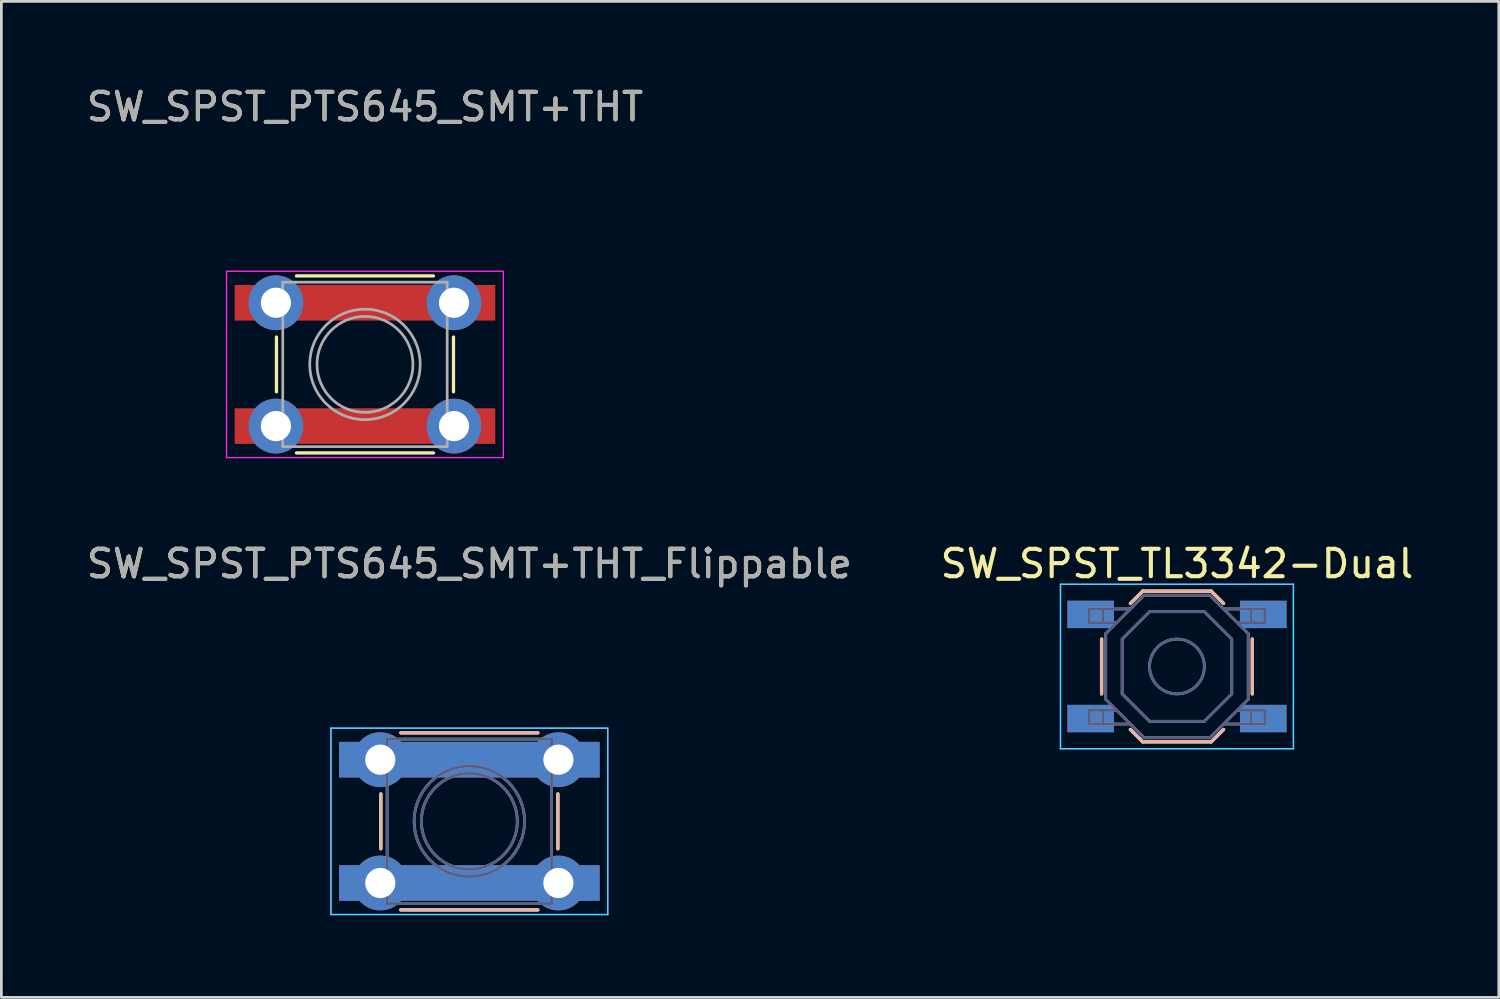
<source format=kicad_pcb>
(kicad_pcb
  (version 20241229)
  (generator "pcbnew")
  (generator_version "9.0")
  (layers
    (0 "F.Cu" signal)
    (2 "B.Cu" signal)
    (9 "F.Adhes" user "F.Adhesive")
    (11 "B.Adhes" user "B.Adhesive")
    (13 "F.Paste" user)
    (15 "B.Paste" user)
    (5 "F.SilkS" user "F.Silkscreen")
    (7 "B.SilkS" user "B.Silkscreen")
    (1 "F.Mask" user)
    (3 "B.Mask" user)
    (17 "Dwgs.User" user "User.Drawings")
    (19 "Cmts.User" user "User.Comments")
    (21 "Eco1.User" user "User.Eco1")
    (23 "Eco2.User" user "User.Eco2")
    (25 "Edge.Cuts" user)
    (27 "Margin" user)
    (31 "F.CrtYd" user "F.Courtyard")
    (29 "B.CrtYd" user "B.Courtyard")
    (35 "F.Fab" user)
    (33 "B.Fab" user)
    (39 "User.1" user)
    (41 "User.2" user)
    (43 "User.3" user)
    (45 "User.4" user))
  (footprint "SW_SPST_PTS645_SMT+THT"
    (layer "F.Cu")
    (at 10.268 10.248)
    (property "Reference" "SW_SPST_PTS645_SMT+THT" (at 0 -9.4 0) (layer "F.SilkS") (effects (font (size 1 1) (thickness 0.15))))
    (attr smd)
    (fp_line (start -3.23 1) (end -3.23 -1) (stroke (width 0.12) (type solid)) (layer "F.SilkS"))
    (fp_line (start 2.5 -3.23) (end -2.5 -3.23) (stroke (width 0.12) (type solid)) (layer "F.SilkS"))
    (fp_line (start 2.5 3.23) (end -2.5 3.23) (stroke (width 0.12) (type solid)) (layer "F.SilkS"))
    (fp_line (start 3.23 1) (end 3.23 -1) (stroke (width 0.12) (type solid)) (layer "F.SilkS"))
    (fp_line (start -5.05 -3.4) (end -5.05 3.4) (stroke (width 0.05) (type solid)) (layer "F.CrtYd"))
    (fp_line (start 5.05 -3.4) (end -5.05 -3.4) (stroke (width 0.05) (type solid)) (layer "F.CrtYd"))
    (fp_line (start 5.05 3.4) (end -5.05 3.4) (stroke (width 0.05) (type solid)) (layer "F.CrtYd"))
    (fp_line (start 5.05 3.4) (end 5.05 -3.4) (stroke (width 0.05) (type solid)) (layer "F.CrtYd"))
    (fp_line (start -3 -3) (end -3 3) (stroke (width 0.1) (type solid)) (layer "F.Fab"))
    (fp_line (start -3 3) (end 3 3) (stroke (width 0.1) (type solid)) (layer "F.Fab"))
    (fp_line (start 3 -3) (end -3 -3) (stroke (width 0.1) (type solid)) (layer "F.Fab"))
    (fp_line (start 3 3) (end 3 -3) (stroke (width 0.1) (type solid)) (layer "F.Fab"))
    (fp_circle (center 0 0) (end -1.75 0.05) (stroke (width 0.1) (type solid)) (fill no) (layer "F.Fab"))
    (fp_circle (center 0 0) (end 2 -0.25) (stroke (width 0.1) (type solid)) (fill no) (layer "F.Fab"))
    (fp_text user "${REFERENCE}" (at 0 -9.4 0) (layer "F.Fab") (effects (font (size 1 1) (thickness 0.15))))
    (pad "1" thru_hole circle (at -3.25 2.25 270) (size 2 2) (drill 1.1) (layers "*.Cu" "*.Mask"))
    (pad "1" smd rect (at 0 2.25 180) (size 9.51 1.3) (layers "F.Cu" "F.Mask" "F.Paste"))
    (pad "1" thru_hole circle (at 3.25 2.25 270) (size 2 2) (drill 1.1) (layers "*.Cu" "*.Mask"))
    (pad "2" thru_hole circle (at -3.25 -2.25 270) (size 2 2) (drill 1.1) (layers "*.Cu" "*.Mask"))
    (pad "2" smd rect (at 0.000001 -2.25 180) (size 9.51 1.3) (layers "F.Cu" "F.Mask" "F.Paste"))
    (pad "2" thru_hole circle (at 3.25 -2.25 270) (size 2 2) (drill 1.1) (layers "*.Cu" "*.Mask")))
  (footprint "SW_SPST_TL3342-Dual"
    (layer "F.Cu")
    (at 39.899 21.271)
    (property "Reference" "SW_SPST_TL3342-Dual" (at 0 -3.75 0) (layer "F.SilkS") (effects (font (size 1 1) (thickness 0.15))))
    (attr smd)
    (fp_line (start -2.75 -1) (end -2.75 1) (stroke (width 0.12) (type solid)) (layer "F.SilkS"))
    (fp_line (start -1.7 -2.3) (end -1.25 -2.75) (stroke (width 0.12) (type solid)) (layer "F.SilkS"))
    (fp_line (start -1.7 2.3) (end -1.25 2.75) (stroke (width 0.12) (type solid)) (layer "F.SilkS"))
    (fp_line (start -1.25 -2.75) (end 1.25 -2.75) (stroke (width 0.12) (type solid)) (layer "F.SilkS"))
    (fp_line (start -1.25 2.75) (end 1.25 2.75) (stroke (width 0.12) (type solid)) (layer "F.SilkS"))
    (fp_line (start 1.7 -2.3) (end 1.25 -2.75) (stroke (width 0.12) (type solid)) (layer "F.SilkS"))
    (fp_line (start 1.7 2.3) (end 1.25 2.75) (stroke (width 0.12) (type solid)) (layer "F.SilkS"))
    (fp_line (start 2.75 -1) (end 2.75 1) (stroke (width 0.12) (type solid)) (layer "F.SilkS"))
    (fp_line (start -2.75 -1) (end -2.75 1) (stroke (width 0.12) (type solid)) (layer "B.SilkS"))
    (fp_line (start -1.7 -2.3) (end -1.25 -2.75) (stroke (width 0.12) (type solid)) (layer "B.SilkS"))
    (fp_line (start -1.7 2.3) (end -1.25 2.75) (stroke (width 0.12) (type solid)) (layer "B.SilkS"))
    (fp_line (start 1.25 -2.75) (end -1.25 -2.75) (stroke (width 0.12) (type solid)) (layer "B.SilkS"))
    (fp_line (start 1.25 2.75) (end -1.25 2.75) (stroke (width 0.12) (type solid)) (layer "B.SilkS"))
    (fp_line (start 1.7 -2.3) (end 1.25 -2.75) (stroke (width 0.12) (type solid)) (layer "B.SilkS"))
    (fp_line (start 1.7 2.3) (end 1.25 2.75) (stroke (width 0.12) (type solid)) (layer "B.SilkS"))
    (fp_line (start 2.75 -1) (end 2.75 1) (stroke (width 0.12) (type solid)) (layer "B.SilkS"))
    (fp_line (start -4.25 -3) (end -4.25 3) (stroke (width 0.05) (type solid)) (layer "B.CrtYd"))
    (fp_line (start -4.25 3) (end 4.25 3) (stroke (width 0.05) (type solid)) (layer "B.CrtYd"))
    (fp_line (start 4.25 -3) (end -4.25 -3) (stroke (width 0.05) (type solid)) (layer "B.CrtYd"))
    (fp_line (start 4.25 3) (end 4.25 -3) (stroke (width 0.05) (type solid)) (layer "B.CrtYd"))
    (fp_line (start -4.25 -3) (end 4.25 -3) (stroke (width 0.05) (type solid)) (layer "F.CrtYd"))
    (fp_line (start -4.25 3) (end -4.25 -3) (stroke (width 0.05) (type solid)) (layer "F.CrtYd"))
    (fp_line (start 4.25 -3) (end 4.25 3) (stroke (width 0.05) (type solid)) (layer "F.CrtYd"))
    (fp_line (start 4.25 3) (end -4.25 3) (stroke (width 0.05) (type solid)) (layer "F.CrtYd"))
    (fp_line (start -3.2 -2.1) (end -3.2 -1.6) (stroke (width 0.1) (type solid)) (layer "B.Fab"))
    (fp_line (start -3.2 -1.6) (end -2.2 -1.6) (stroke (width 0.1) (type solid)) (layer "B.Fab"))
    (fp_line (start -3.2 1.6) (end -2.2 1.6) (stroke (width 0.1) (type solid)) (layer "B.Fab"))
    (fp_line (start -3.2 2.1) (end -3.2 1.6) (stroke (width 0.1) (type solid)) (layer "B.Fab"))
    (fp_line (start -2.7 -2.1) (end -2.7 -1.6) (stroke (width 0.1) (type solid)) (layer "B.Fab"))
    (fp_line (start -2.7 2.1) (end -2.7 1.6) (stroke (width 0.1) (type solid)) (layer "B.Fab"))
    (fp_line (start -2.6 -1.2) (end -1.2 -2.6) (stroke (width 0.1) (type solid)) (layer "B.Fab"))
    (fp_line (start -2.6 1.2) (end -2.6 -1.2) (stroke (width 0.1) (type solid)) (layer "B.Fab"))
    (fp_line (start -2 -1) (end -2 1) (stroke (width 0.1) (type solid)) (layer "B.Fab"))
    (fp_line (start -2 1) (end -1 2) (stroke (width 0.1) (type solid)) (layer "B.Fab"))
    (fp_line (start -1.7 -2.1) (end -3.2 -2.1) (stroke (width 0.1) (type solid)) (layer "B.Fab"))
    (fp_line (start -1.7 2.1) (end -3.2 2.1) (stroke (width 0.1) (type solid)) (layer "B.Fab"))
    (fp_line (start -1.2 -2.6) (end 1.2 -2.6) (stroke (width 0.1) (type solid)) (layer "B.Fab"))
    (fp_line (start -1.2 2.6) (end -2.6 1.2) (stroke (width 0.1) (type solid)) (layer "B.Fab"))
    (fp_line (start -1 -2) (end -2 -1) (stroke (width 0.1) (type solid)) (layer "B.Fab"))
    (fp_line (start -1 2) (end 1 2) (stroke (width 0.1) (type solid)) (layer "B.Fab"))
    (fp_line (start 1 -2) (end -1 -2) (stroke (width 0.1) (type solid)) (layer "B.Fab"))
    (fp_line (start 1 2) (end 2 1) (stroke (width 0.1) (type solid)) (layer "B.Fab"))
    (fp_line (start 1.2 -2.6) (end 2.6 -1.2) (stroke (width 0.1) (type solid)) (layer "B.Fab"))
    (fp_line (start 1.2 2.6) (end -1.2 2.6) (stroke (width 0.1) (type solid)) (layer "B.Fab"))
    (fp_line (start 1.7 -2.1) (end 3.2 -2.1) (stroke (width 0.1) (type solid)) (layer "B.Fab"))
    (fp_line (start 1.7 2.1) (end 3.2 2.1) (stroke (width 0.1) (type solid)) (layer "B.Fab"))
    (fp_line (start 2 -1) (end 1 -2) (stroke (width 0.1) (type solid)) (layer "B.Fab"))
    (fp_line (start 2 1) (end 2 -1) (stroke (width 0.1) (type solid)) (layer "B.Fab"))
    (fp_line (start 2.6 -1.2) (end 2.6 1.2) (stroke (width 0.1) (type solid)) (layer "B.Fab"))
    (fp_line (start 2.6 1.2) (end 1.2 2.6) (stroke (width 0.1) (type solid)) (layer "B.Fab"))
    (fp_line (start 2.7 -2.1) (end 2.7 -1.6) (stroke (width 0.1) (type solid)) (layer "B.Fab"))
    (fp_line (start 2.7 2.1) (end 2.7 1.6) (stroke (width 0.1) (type solid)) (layer "B.Fab"))
    (fp_line (start 3.2 -2.1) (end 3.2 -1.6) (stroke (width 0.1) (type solid)) (layer "B.Fab"))
    (fp_line (start 3.2 -1.6) (end 2.2 -1.6) (stroke (width 0.1) (type solid)) (layer "B.Fab"))
    (fp_line (start 3.2 1.6) (end 2.2 1.6) (stroke (width 0.1) (type solid)) (layer "B.Fab"))
    (fp_line (start 3.2 2.1) (end 3.2 1.6) (stroke (width 0.1) (type solid)) (layer "B.Fab"))
    (fp_circle (center 0 0) (end -1 0) (stroke (width 0.1) (type solid)) (fill no) (layer "B.Fab"))
    (fp_line (start -3.2 -2.1) (end -3.2 -1.6) (stroke (width 0.1) (type solid)) (layer "F.Fab"))
    (fp_line (start -3.2 -1.6) (end -2.2 -1.6) (stroke (width 0.1) (type solid)) (layer "F.Fab"))
    (fp_line (start -3.2 1.6) (end -2.2 1.6) (stroke (width 0.1) (type solid)) (layer "F.Fab"))
    (fp_line (start -3.2 2.1) (end -3.2 1.6) (stroke (width 0.1) (type solid)) (layer "F.Fab"))
    (fp_line (start -2.7 -2.1) (end -2.7 -1.6) (stroke (width 0.1) (type solid)) (layer "F.Fab"))
    (fp_line (start -2.7 2.1) (end -2.7 1.6) (stroke (width 0.1) (type solid)) (layer "F.Fab"))
    (fp_line (start -2.6 -1.2) (end -2.6 1.2) (stroke (width 0.1) (type solid)) (layer "F.Fab"))
    (fp_line (start -2.6 1.2) (end -1.2 2.6) (stroke (width 0.1) (type solid)) (layer "F.Fab"))
    (fp_line (start -2 -1) (end -1 -2) (stroke (width 0.1) (type solid)) (layer "F.Fab"))
    (fp_line (start -2 1) (end -2 -1) (stroke (width 0.1) (type solid)) (layer "F.Fab"))
    (fp_line (start -1.7 -2.1) (end -3.2 -2.1) (stroke (width 0.1) (type solid)) (layer "F.Fab"))
    (fp_line (start -1.7 2.1) (end -3.2 2.1) (stroke (width 0.1) (type solid)) (layer "F.Fab"))
    (fp_line (start -1.2 -2.6) (end -2.6 -1.2) (stroke (width 0.1) (type solid)) (layer "F.Fab"))
    (fp_line (start -1.2 2.6) (end 1.2 2.6) (stroke (width 0.1) (type solid)) (layer "F.Fab"))
    (fp_line (start -1 -2) (end 1 -2) (stroke (width 0.1) (type solid)) (layer "F.Fab"))
    (fp_line (start -1 2) (end -2 1) (stroke (width 0.1) (type solid)) (layer "F.Fab"))
    (fp_line (start 1 -2) (end 2 -1) (stroke (width 0.1) (type solid)) (layer "F.Fab"))
    (fp_line (start 1 2) (end -1 2) (stroke (width 0.1) (type solid)) (layer "F.Fab"))
    (fp_line (start 1.2 -2.6) (end -1.2 -2.6) (stroke (width 0.1) (type solid)) (layer "F.Fab"))
    (fp_line (start 1.2 2.6) (end 2.6 1.2) (stroke (width 0.1) (type solid)) (layer "F.Fab"))
    (fp_line (start 1.7 -2.1) (end 3.2 -2.1) (stroke (width 0.1) (type solid)) (layer "F.Fab"))
    (fp_line (start 1.7 2.1) (end 3.2 2.1) (stroke (width 0.1) (type solid)) (layer "F.Fab"))
    (fp_line (start 2 -1) (end 2 1) (stroke (width 0.1) (type solid)) (layer "F.Fab"))
    (fp_line (start 2 1) (end 1 2) (stroke (width 0.1) (type solid)) (layer "F.Fab"))
    (fp_line (start 2.6 -1.2) (end 1.2 -2.6) (stroke (width 0.1) (type solid)) (layer "F.Fab"))
    (fp_line (start 2.6 1.2) (end 2.6 -1.2) (stroke (width 0.1) (type solid)) (layer "F.Fab"))
    (fp_line (start 2.7 -2.1) (end 2.7 -1.6) (stroke (width 0.1) (type solid)) (layer "F.Fab"))
    (fp_line (start 2.7 2.1) (end 2.7 1.6) (stroke (width 0.1) (type solid)) (layer "F.Fab"))
    (fp_line (start 3.2 -2.1) (end 3.2 -1.6) (stroke (width 0.1) (type solid)) (layer "F.Fab"))
    (fp_line (start 3.2 -1.6) (end 2.2 -1.6) (stroke (width 0.1) (type solid)) (layer "F.Fab"))
    (fp_line (start 3.2 1.6) (end 2.2 1.6) (stroke (width 0.1) (type solid)) (layer "F.Fab"))
    (fp_line (start 3.2 2.1) (end 3.2 1.6) (stroke (width 0.1) (type solid)) (layer "F.Fab"))
    (fp_circle (center 0 0) (end 1 0) (stroke (width 0.1) (type solid)) (fill no) (layer "F.Fab"))
    (pad "1" smd rect (at -3.15 -1.9) (size 1.7 1) (layers "F.Cu" "F.Mask" "F.Paste"))
    (pad "1" smd rect (at -3.15 -1.9) (size 1.7 1) (layers "B.Cu" "B.Mask" "B.Paste"))
    (pad "1" smd rect (at 3.15 -1.9) (size 1.7 1) (layers "F.Cu" "F.Mask" "F.Paste"))
    (pad "1" smd rect (at 3.15 -1.9) (size 1.7 1) (layers "B.Cu" "B.Mask" "B.Paste"))
    (pad "2" smd rect (at -3.15 1.9) (size 1.7 1) (layers "F.Cu" "F.Mask" "F.Paste"))
    (pad "2" smd rect (at -3.15 1.9) (size 1.7 1) (layers "B.Cu" "B.Mask" "B.Paste"))
    (pad "2" smd rect (at 3.15 1.9) (size 1.7 1) (layers "F.Cu" "F.Mask" "F.Paste"))
    (pad "2" smd rect (at 3.15 1.9) (size 1.7 1) (layers "B.Cu" "B.Mask" "B.Paste")))
  (footprint "SW_SPST_PTS645_SMT+THT_Flippable"
    (layer "F.Cu")
    (at 14.077 26.922)
    (property "Reference" "SW_SPST_PTS645_SMT+THT_Flippable" (at 0 -9.4 0) (layer "F.SilkS") (effects (font (size 1 1) (thickness 0.15))))
    (attr smd)
    (fp_line (start -3.23 1) (end -3.23 -1) (stroke (width 0.12) (type solid)) (layer "F.SilkS"))
    (fp_line (start 2.5 -3.23) (end -2.5 -3.23) (stroke (width 0.12) (type solid)) (layer "F.SilkS"))
    (fp_line (start 2.5 3.23) (end -2.5 3.23) (stroke (width 0.12) (type solid)) (layer "F.SilkS"))
    (fp_line (start 3.23 1) (end 3.23 -1) (stroke (width 0.12) (type solid)) (layer "F.SilkS"))
    (fp_line (start -3.23 1) (end -3.23 -1) (stroke (width 0.12) (type solid)) (layer "B.SilkS"))
    (fp_line (start -2.5 -3.23) (end 2.5 -3.23) (stroke (width 0.12) (type solid)) (layer "B.SilkS"))
    (fp_line (start -2.5 3.23) (end 2.5 3.23) (stroke (width 0.12) (type solid)) (layer "B.SilkS"))
    (fp_line (start 3.23 1) (end 3.23 -1) (stroke (width 0.12) (type solid)) (layer "B.SilkS"))
    (fp_line (start -5.05 -3.4) (end 5.05 -3.4) (stroke (width 0.05) (type solid)) (layer "B.CrtYd"))
    (fp_line (start -5.05 3.4) (end -5.05 -3.4) (stroke (width 0.05) (type solid)) (layer "B.CrtYd"))
    (fp_line (start -5.05 3.4) (end 5.05 3.4) (stroke (width 0.05) (type solid)) (layer "B.CrtYd"))
    (fp_line (start 5.05 -3.4) (end 5.05 3.4) (stroke (width 0.05) (type solid)) (layer "B.CrtYd"))
    (fp_line (start -5.05 -3.4) (end -5.05 3.4) (stroke (width 0.05) (type solid)) (layer "F.CrtYd"))
    (fp_line (start 5.05 -3.4) (end -5.05 -3.4) (stroke (width 0.05) (type solid)) (layer "F.CrtYd"))
    (fp_line (start 5.05 3.4) (end -5.05 3.4) (stroke (width 0.05) (type solid)) (layer "F.CrtYd"))
    (fp_line (start 5.05 3.4) (end 5.05 -3.4) (stroke (width 0.05) (type solid)) (layer "F.CrtYd"))
    (fp_line (start -3 -3) (end 3 -3) (stroke (width 0.1) (type solid)) (layer "B.Fab"))
    (fp_line (start -3 3) (end -3 -3) (stroke (width 0.1) (type solid)) (layer "B.Fab"))
    (fp_line (start 3 -3) (end 3 3) (stroke (width 0.1) (type solid)) (layer "B.Fab"))
    (fp_line (start 3 3) (end -3 3) (stroke (width 0.1) (type solid)) (layer "B.Fab"))
    (fp_circle (center 0 0) (end -2 -0.25) (stroke (width 0.1) (type solid)) (fill no) (layer "B.Fab"))
    (fp_circle (center 0 0) (end 1.75 0.05) (stroke (width 0.1) (type solid)) (fill no) (layer "B.Fab"))
    (fp_line (start -3 -3) (end -3 3) (stroke (width 0.1) (type solid)) (layer "F.Fab"))
    (fp_line (start -3 3) (end 3 3) (stroke (width 0.1) (type solid)) (layer "F.Fab"))
    (fp_line (start 3 -3) (end -3 -3) (stroke (width 0.1) (type solid)) (layer "F.Fab"))
    (fp_line (start 3 3) (end 3 -3) (stroke (width 0.1) (type solid)) (layer "F.Fab"))
    (fp_circle (center 0 0) (end -1.75 0.05) (stroke (width 0.1) (type solid)) (fill no) (layer "F.Fab"))
    (fp_circle (center 0 0) (end 2 -0.25) (stroke (width 0.1) (type solid)) (fill no) (layer "F.Fab"))
    (fp_text user "${REFERENCE}" (at 0 -9.4 0) (layer "F.Fab") (effects (font (size 1 1) (thickness 0.15))))
    (pad "1" thru_hole circle (at -3.25 2.25 270) (size 2 2) (drill 1.1) (layers "*.Cu" "*.Mask"))
    (pad "1" smd rect (at 0 2.25 180) (size 9.51 1.3) (layers "F.Cu" "F.Mask" "F.Paste"))
    (pad "1" smd rect (at 0 2.25 180) (size 9.51 1.3) (layers "B.Cu" "B.Mask" "B.Paste"))
    (pad "1" thru_hole circle (at 3.25 2.25 270) (size 2 2) (drill 1.1) (layers "*.Cu" "*.Mask"))
    (pad "2" thru_hole circle (at -3.25 -2.25 270) (size 2 2) (drill 1.1) (layers "*.Cu" "*.Mask"))
    (pad "2" smd rect (at -0.000001 -2.25 180) (size 9.51 1.3) (layers "B.Cu" "B.Mask" "B.Paste"))
    (pad "2" smd rect (at 0.000001 -2.25 180) (size 9.51 1.3) (layers "F.Cu" "F.Mask" "F.Paste"))
    (pad "2" thru_hole circle (at 3.25 -2.25 270) (size 2 2) (drill 1.1) (layers "*.Cu" "*.Mask")))
  (gr_rect
    (start -3 -3)
    (end 51.643 33.346)
    (stroke (width 0.1) (type default))
    (fill no)
    (layer "Edge.Cuts")))
</source>
